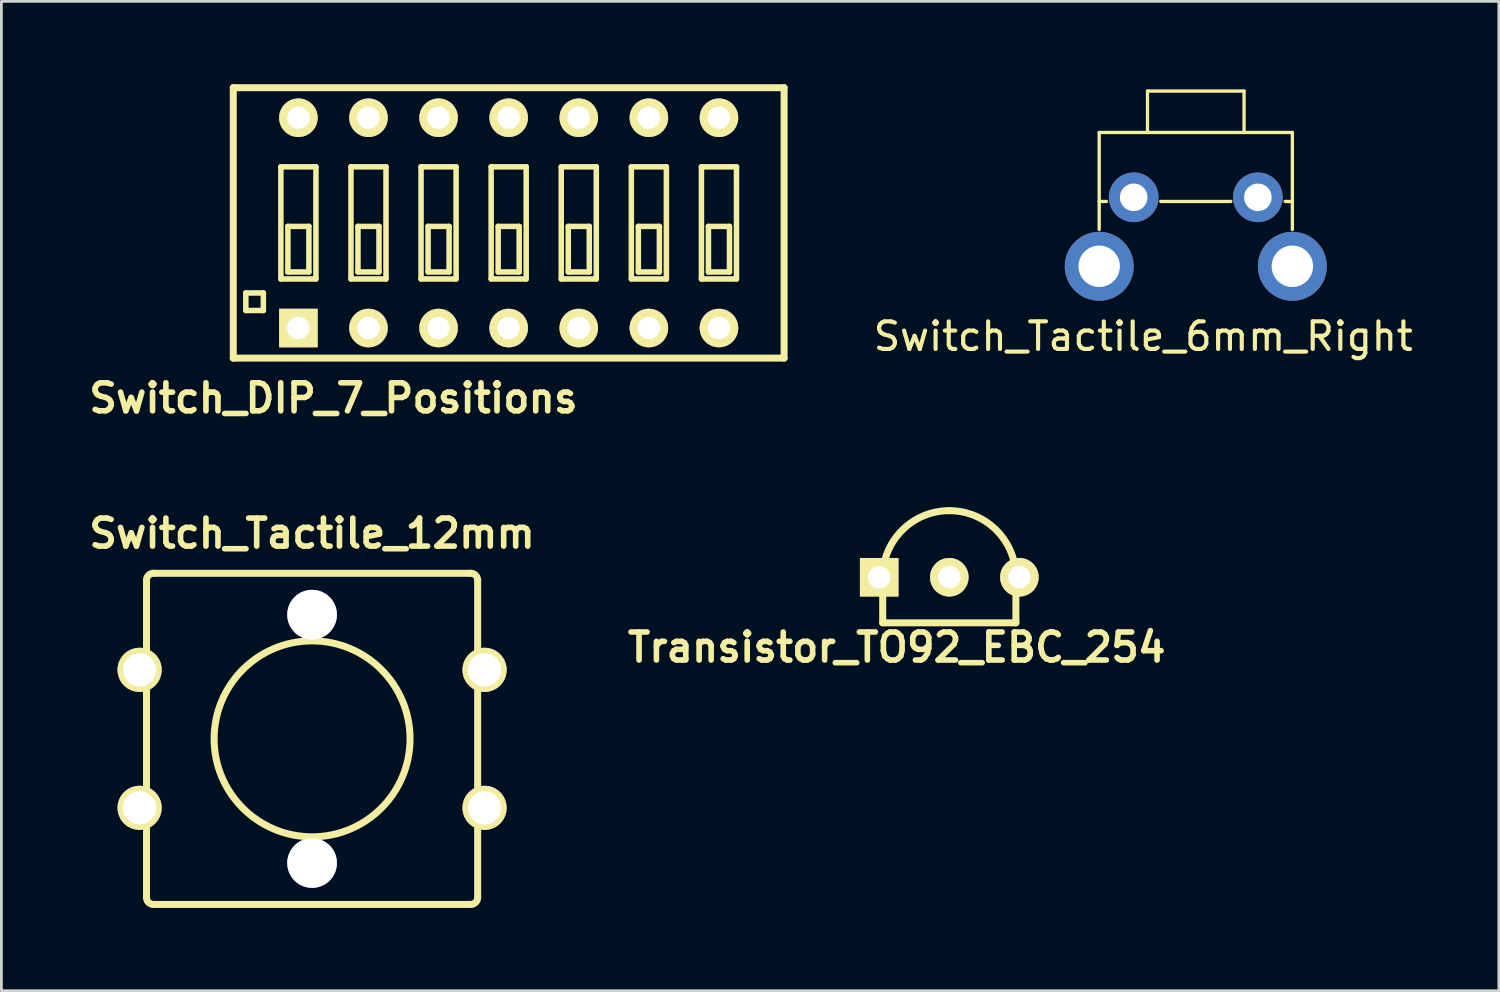
<source format=kicad_pcb>
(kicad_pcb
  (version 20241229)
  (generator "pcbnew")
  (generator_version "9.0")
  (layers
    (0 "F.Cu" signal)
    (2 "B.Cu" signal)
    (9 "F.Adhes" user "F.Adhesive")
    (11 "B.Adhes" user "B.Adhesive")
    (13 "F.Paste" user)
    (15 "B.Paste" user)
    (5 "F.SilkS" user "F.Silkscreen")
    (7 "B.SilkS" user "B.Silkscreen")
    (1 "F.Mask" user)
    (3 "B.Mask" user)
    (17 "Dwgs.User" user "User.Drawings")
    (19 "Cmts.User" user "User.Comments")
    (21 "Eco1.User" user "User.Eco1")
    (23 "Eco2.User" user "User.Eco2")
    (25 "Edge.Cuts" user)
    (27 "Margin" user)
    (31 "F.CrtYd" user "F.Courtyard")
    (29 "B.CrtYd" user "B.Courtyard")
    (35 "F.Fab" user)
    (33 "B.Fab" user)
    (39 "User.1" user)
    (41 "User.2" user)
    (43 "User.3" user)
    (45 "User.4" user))
  (footprint "Switch_Tactile_6mm_Right"
    (layer "F.Cu")
    (at 40.282 0.25)
    (property "Reference" "Switch_Tactile_6mm_Right" (at -1.905 8.89 0) (layer "F.SilkS") (effects (font (size 1 1) (thickness 0.15))))
    (attr through_hole)
    (fp_line (start -3.5 1.501) (end -3.5 5.016) (stroke (width 0.12) (type solid)) (layer "F.SilkS"))
    (fp_line (start -3.5 4) (end -3.239 4) (stroke (width 0.12) (type solid)) (layer "F.SilkS"))
    (fp_line (start -1.75 0) (end -1.75 1.501) (stroke (width 0.12) (type solid)) (layer "F.SilkS"))
    (fp_line (start -1.27 4) (end 1.27 4) (stroke (width 0.12) (type solid)) (layer "F.SilkS"))
    (fp_line (start 1.75 0) (end -1.75 0) (stroke (width 0.12) (type solid)) (layer "F.SilkS"))
    (fp_line (start 1.75 1.501) (end 1.75 0) (stroke (width 0.12) (type solid)) (layer "F.SilkS"))
    (fp_line (start 3.5 1.501) (end -3.5 1.501) (stroke (width 0.12) (type solid)) (layer "F.SilkS"))
    (fp_line (start 3.5 1.501) (end 3.5 5.016) (stroke (width 0.12) (type solid)) (layer "F.SilkS"))
    (fp_line (start 3.5 4) (end 3.239 4) (stroke (width 0.12) (type solid)) (layer "F.SilkS"))
    (pad "1" thru_hole circle (at 2.25 3.85 180) (size 1.801 1.801) (drill 1.001) (layers "*.Cu" "*.Mask"))
    (pad "2" thru_hole circle (at -2.25 3.85 180) (size 1.801 1.801) (drill 1.001) (layers "*.Cu" "*.Mask"))
    (pad "GND" thru_hole circle (at -3.5 6.35 180) (size 2.499 2.499) (drill 1.501) (layers "*.Cu" "*.Mask"))
    (pad "GND" thru_hole circle (at 3.5 6.35 180) (size 2.499 2.499) (drill 1.501) (layers "*.Cu" "*.Mask")))
  (footprint "Switch_Tactile_12mm"
    (layer "F.Cu")
    (at 8.259 23.724)
    (property "Reference" "Switch_Tactile_12mm" (at 0 -7.445 0) (layer "F.SilkS") (effects (font (size 1.016 1.016) (thickness 0.203))))
    (attr through_hole)
    (fp_line (start -6 5.75) (end -6 -5.75) (stroke (width 0.254) (type solid)) (layer "F.SilkS"))
    (fp_line (start -5.75 -6) (end 5.75 -6) (stroke (width 0.254) (type solid)) (layer "F.SilkS"))
    (fp_line (start 5.75 6) (end -5.75 6) (stroke (width 0.254) (type solid)) (layer "F.SilkS"))
    (fp_line (start 6 -5.75) (end 6 5.75) (stroke (width 0.254) (type solid)) (layer "F.SilkS"))
    (fp_arc (start -6 -5.75) (mid -5.926777 -5.926777) (end -5.75 -6) (stroke (width 0.254) (type solid)) (layer "F.SilkS"))
    (fp_arc (start -5.75 6) (mid -5.926777 5.926777) (end -6 5.75) (stroke (width 0.254) (type solid)) (layer "F.SilkS"))
    (fp_arc (start 5.75 -6) (mid 5.926777 -5.926777) (end 6 -5.75) (stroke (width 0.254) (type solid)) (layer "F.SilkS"))
    (fp_arc (start 6 5.75) (mid 5.926777 5.926777) (end 5.75 6) (stroke (width 0.254) (type solid)) (layer "F.SilkS"))
    (fp_circle (center 0 0) (end 0 -3.55) (stroke (width 0.254) (type solid)) (fill no) (layer "F.SilkS"))
    (pad "1" thru_hole circle (at -6.25 -2.5) (size 1.6 1.6) (drill 1.2) (layers "*.Cu" "*.Mask" "F.SilkS"))
    (pad "1" thru_hole circle (at 6.25 -2.5) (size 1.6 1.6) (drill 1.2) (layers "*.Cu" "*.Mask" "F.SilkS"))
    (pad "2" thru_hole circle (at -6.25 2.5) (size 1.6 1.6) (drill 1.2) (layers "*.Cu" "*.Mask" "F.SilkS"))
    (pad "2" thru_hole circle (at 6.25 2.5) (size 1.6 1.6) (drill 1.2) (layers "*.Cu" "*.Mask" "F.SilkS"))
    (pad "~" thru_hole circle (at 0 -4.5) (size 1.8 1.8) (drill 1.8) (layers "*.Cu" "*.Mask"))
    (pad "~" thru_hole circle (at 0 4.5) (size 1.8 1.8) (drill 1.8) (layers "*.Cu" "*.Mask")))
  (footprint "Transistor_TO92_EBC_254"
    (layer "F.Cu")
    (at 31.35 17.868)
    (property "Reference" "Transistor_TO92_EBC_254" (at -1.905 2.54 0) (layer "F.SilkS") (effects (font (size 1.016 1.016) (thickness 0.203))))
    (attr through_hole)
    (fp_line (start -2.413 1.651) (end -2.413 0) (stroke (width 0.254) (type solid)) (layer "F.SilkS"))
    (fp_line (start -2.413 1.651) (end 2.413 1.651) (stroke (width 0.254) (type solid)) (layer "F.SilkS"))
    (fp_line (start 2.413 0) (end 2.413 1.651) (stroke (width 0.254) (type solid)) (layer "F.SilkS"))
    (fp_arc (start -2.413 0) (mid -1.706249 -1.706249) (end 0 -2.413) (stroke (width 0.254) (type solid)) (layer "F.SilkS"))
    (fp_arc (start 0 -2.413) (mid 1.706249 -1.706249) (end 2.413 0) (stroke (width 0.254) (type solid)) (layer "F.SilkS"))
    (pad "1" thru_hole rect (at -2.54 0) (size 1.397 1.397) (drill 0.813) (layers "*.Cu" "*.Mask" "F.SilkS"))
    (pad "2" thru_hole circle (at 0 0) (size 1.397 1.397) (drill 0.813) (layers "*.Cu" "*.Mask" "F.SilkS"))
    (pad "3" thru_hole circle (at 2.54 0) (size 1.397 1.397) (drill 0.813) (layers "*.Cu" "*.Mask" "F.SilkS")))
  (footprint "Switch_DIP_7_Positions"
    (layer "F.Cu")
    (at 15.383 5.027)
    (property "Reference" "Switch_DIP_7_Positions" (at -6.35 6.35 0) (layer "F.SilkS") (effects (font (size 1.016 1.016) (thickness 0.203))))
    (attr through_hole)
    (fp_line (start -9.98 -4.9) (end 9.98 -4.9) (stroke (width 0.254) (type solid)) (layer "F.SilkS"))
    (fp_line (start -9.98 4.9) (end -9.98 -4.9) (stroke (width 0.254) (type solid)) (layer "F.SilkS"))
    (fp_line (start -9.525 2.54) (end -8.89 2.54) (stroke (width 0.2) (type solid)) (layer "F.SilkS"))
    (fp_line (start -9.525 3.175) (end -9.525 2.54) (stroke (width 0.2) (type solid)) (layer "F.SilkS"))
    (fp_line (start -8.89 2.54) (end -8.89 3.175) (stroke (width 0.2) (type solid)) (layer "F.SilkS"))
    (fp_line (start -8.89 3.175) (end -9.525 3.175) (stroke (width 0.2) (type solid)) (layer "F.SilkS"))
    (fp_line (start -8.255 -2.032) (end -6.985 -2.032) (stroke (width 0.2) (type solid)) (layer "F.SilkS"))
    (fp_line (start -8.255 2.032) (end -8.255 -2.032) (stroke (width 0.2) (type solid)) (layer "F.SilkS"))
    (fp_line (start -8.001 0.127) (end -8.001 1.778) (stroke (width 0.2) (type solid)) (layer "F.SilkS"))
    (fp_line (start -8.001 1.778) (end -7.239 1.778) (stroke (width 0.2) (type solid)) (layer "F.SilkS"))
    (fp_line (start -7.239 0.127) (end -8.001 0.127) (stroke (width 0.2) (type solid)) (layer "F.SilkS"))
    (fp_line (start -7.239 1.778) (end -7.239 0.127) (stroke (width 0.2) (type solid)) (layer "F.SilkS"))
    (fp_line (start -6.985 -2.032) (end -6.985 2.032) (stroke (width 0.2) (type solid)) (layer "F.SilkS"))
    (fp_line (start -6.985 2.032) (end -8.255 2.032) (stroke (width 0.2) (type solid)) (layer "F.SilkS"))
    (fp_line (start -5.715 -2.032) (end -4.445 -2.032) (stroke (width 0.2) (type solid)) (layer "F.SilkS"))
    (fp_line (start -5.715 2.032) (end -5.715 -2.032) (stroke (width 0.2) (type solid)) (layer "F.SilkS"))
    (fp_line (start -5.461 0.127) (end -5.461 1.778) (stroke (width 0.2) (type solid)) (layer "F.SilkS"))
    (fp_line (start -5.461 1.778) (end -4.699 1.778) (stroke (width 0.2) (type solid)) (layer "F.SilkS"))
    (fp_line (start -4.699 0.127) (end -5.461 0.127) (stroke (width 0.2) (type solid)) (layer "F.SilkS"))
    (fp_line (start -4.699 1.778) (end -4.699 0.127) (stroke (width 0.2) (type solid)) (layer "F.SilkS"))
    (fp_line (start -4.445 -2.032) (end -4.445 2.032) (stroke (width 0.2) (type solid)) (layer "F.SilkS"))
    (fp_line (start -4.445 2.032) (end -5.715 2.032) (stroke (width 0.2) (type solid)) (layer "F.SilkS"))
    (fp_line (start -3.175 -2.032) (end -1.905 -2.032) (stroke (width 0.2) (type solid)) (layer "F.SilkS"))
    (fp_line (start -3.175 2.032) (end -3.175 -2.032) (stroke (width 0.2) (type solid)) (layer "F.SilkS"))
    (fp_line (start -2.921 0.127) (end -2.921 1.778) (stroke (width 0.2) (type solid)) (layer "F.SilkS"))
    (fp_line (start -2.921 1.778) (end -2.159 1.778) (stroke (width 0.2) (type solid)) (layer "F.SilkS"))
    (fp_line (start -2.159 0.127) (end -2.921 0.127) (stroke (width 0.2) (type solid)) (layer "F.SilkS"))
    (fp_line (start -2.159 1.778) (end -2.159 0.127) (stroke (width 0.2) (type solid)) (layer "F.SilkS"))
    (fp_line (start -1.905 -2.032) (end -1.905 2.032) (stroke (width 0.2) (type solid)) (layer "F.SilkS"))
    (fp_line (start -1.905 2.032) (end -3.175 2.032) (stroke (width 0.2) (type solid)) (layer "F.SilkS"))
    (fp_line (start -0.635 -2.032) (end 0.635 -2.032) (stroke (width 0.2) (type solid)) (layer "F.SilkS"))
    (fp_line (start -0.635 2.032) (end -0.635 -2.032) (stroke (width 0.2) (type solid)) (layer "F.SilkS"))
    (fp_line (start -0.381 0.127) (end -0.381 1.778) (stroke (width 0.2) (type solid)) (layer "F.SilkS"))
    (fp_line (start -0.381 1.778) (end 0.381 1.778) (stroke (width 0.2) (type solid)) (layer "F.SilkS"))
    (fp_line (start 0.381 0.127) (end -0.381 0.127) (stroke (width 0.2) (type solid)) (layer "F.SilkS"))
    (fp_line (start 0.381 1.778) (end 0.381 0.127) (stroke (width 0.2) (type solid)) (layer "F.SilkS"))
    (fp_line (start 0.635 -2.032) (end 0.635 2.032) (stroke (width 0.2) (type solid)) (layer "F.SilkS"))
    (fp_line (start 0.635 2.032) (end -0.635 2.032) (stroke (width 0.2) (type solid)) (layer "F.SilkS"))
    (fp_line (start 1.905 -2.032) (end 3.175 -2.032) (stroke (width 0.2) (type solid)) (layer "F.SilkS"))
    (fp_line (start 1.905 2.032) (end 1.905 -2.032) (stroke (width 0.2) (type solid)) (layer "F.SilkS"))
    (fp_line (start 2.159 0.127) (end 2.159 1.778) (stroke (width 0.2) (type solid)) (layer "F.SilkS"))
    (fp_line (start 2.159 1.778) (end 2.921 1.778) (stroke (width 0.2) (type solid)) (layer "F.SilkS"))
    (fp_line (start 2.921 0.127) (end 2.159 0.127) (stroke (width 0.2) (type solid)) (layer "F.SilkS"))
    (fp_line (start 2.921 1.778) (end 2.921 0.127) (stroke (width 0.2) (type solid)) (layer "F.SilkS"))
    (fp_line (start 3.175 -2.032) (end 3.175 2.032) (stroke (width 0.2) (type solid)) (layer "F.SilkS"))
    (fp_line (start 3.175 2.032) (end 1.905 2.032) (stroke (width 0.2) (type solid)) (layer "F.SilkS"))
    (fp_line (start 4.445 -2.032) (end 5.715 -2.032) (stroke (width 0.2) (type solid)) (layer "F.SilkS"))
    (fp_line (start 4.445 2.032) (end 4.445 -2.032) (stroke (width 0.2) (type solid)) (layer "F.SilkS"))
    (fp_line (start 4.699 0.127) (end 4.699 1.778) (stroke (width 0.2) (type solid)) (layer "F.SilkS"))
    (fp_line (start 4.699 1.778) (end 5.461 1.778) (stroke (width 0.2) (type solid)) (layer "F.SilkS"))
    (fp_line (start 5.461 0.127) (end 4.699 0.127) (stroke (width 0.2) (type solid)) (layer "F.SilkS"))
    (fp_line (start 5.461 1.778) (end 5.461 0.127) (stroke (width 0.2) (type solid)) (layer "F.SilkS"))
    (fp_line (start 5.715 -2.032) (end 5.715 2.032) (stroke (width 0.2) (type solid)) (layer "F.SilkS"))
    (fp_line (start 5.715 2.032) (end 4.445 2.032) (stroke (width 0.2) (type solid)) (layer "F.SilkS"))
    (fp_line (start 6.985 -2.032) (end 8.255 -2.032) (stroke (width 0.2) (type solid)) (layer "F.SilkS"))
    (fp_line (start 6.985 2.032) (end 6.985 -2.032) (stroke (width 0.2) (type solid)) (layer "F.SilkS"))
    (fp_line (start 7.239 0.127) (end 7.239 1.778) (stroke (width 0.2) (type solid)) (layer "F.SilkS"))
    (fp_line (start 7.239 1.778) (end 8.001 1.778) (stroke (width 0.2) (type solid)) (layer "F.SilkS"))
    (fp_line (start 8.001 0.127) (end 7.239 0.127) (stroke (width 0.2) (type solid)) (layer "F.SilkS"))
    (fp_line (start 8.001 1.778) (end 8.001 0.127) (stroke (width 0.2) (type solid)) (layer "F.SilkS"))
    (fp_line (start 8.255 -2.032) (end 8.255 2.032) (stroke (width 0.2) (type solid)) (layer "F.SilkS"))
    (fp_line (start 8.255 2.032) (end 6.985 2.032) (stroke (width 0.2) (type solid)) (layer "F.SilkS"))
    (fp_line (start 9.98 -4.9) (end 9.98 4.9) (stroke (width 0.254) (type solid)) (layer "F.SilkS"))
    (fp_line (start 9.98 4.9) (end -9.98 4.9) (stroke (width 0.254) (type solid)) (layer "F.SilkS"))
    (pad "1" thru_hole rect (at -7.62 3.81) (size 1.397 1.397) (drill 0.813) (layers "*.Cu" "*.Mask" "F.SilkS"))
    (pad "2" thru_hole circle (at -5.08 3.81) (size 1.397 1.397) (drill 0.813) (layers "*.Cu" "*.Mask" "F.SilkS"))
    (pad "3" thru_hole circle (at -2.54 3.81) (size 1.397 1.397) (drill 0.813) (layers "*.Cu" "*.Mask" "F.SilkS"))
    (pad "4" thru_hole circle (at 0 3.81) (size 1.397 1.397) (drill 0.813) (layers "*.Cu" "*.Mask" "F.SilkS"))
    (pad "5" thru_hole circle (at 2.54 3.81) (size 1.397 1.397) (drill 0.813) (layers "*.Cu" "*.Mask" "F.SilkS"))
    (pad "6" thru_hole circle (at 5.08 3.81) (size 1.397 1.397) (drill 0.813) (layers "*.Cu" "*.Mask" "F.SilkS"))
    (pad "7" thru_hole circle (at 7.62 3.81) (size 1.397 1.397) (drill 0.813) (layers "*.Cu" "*.Mask" "F.SilkS"))
    (pad "8" thru_hole circle (at 7.62 -3.81) (size 1.397 1.397) (drill 0.813) (layers "*.Cu" "*.Mask" "F.SilkS"))
    (pad "9" thru_hole circle (at 5.08 -3.81) (size 1.397 1.397) (drill 0.813) (layers "*.Cu" "*.Mask" "F.SilkS"))
    (pad "10" thru_hole circle (at 2.54 -3.81) (size 1.397 1.397) (drill 0.813) (layers "*.Cu" "*.Mask" "F.SilkS"))
    (pad "11" thru_hole circle (at 0 -3.81) (size 1.397 1.397) (drill 0.813) (layers "*.Cu" "*.Mask" "F.SilkS"))
    (pad "12" thru_hole circle (at -2.54 -3.81) (size 1.397 1.397) (drill 0.813) (layers "*.Cu" "*.Mask" "F.SilkS"))
    (pad "13" thru_hole circle (at -5.08 -3.81) (size 1.397 1.397) (drill 0.813) (layers "*.Cu" "*.Mask" "F.SilkS"))
    (pad "14" thru_hole circle (at -7.62 -3.81) (size 1.397 1.397) (drill 0.813) (layers "*.Cu" "*.Mask" "F.SilkS")))
  (gr_rect
    (start -3 -3)
    (end 51.264 32.851)
    (stroke (width 0.1) (type default))
    (fill no)
    (layer "Edge.Cuts")))
</source>
